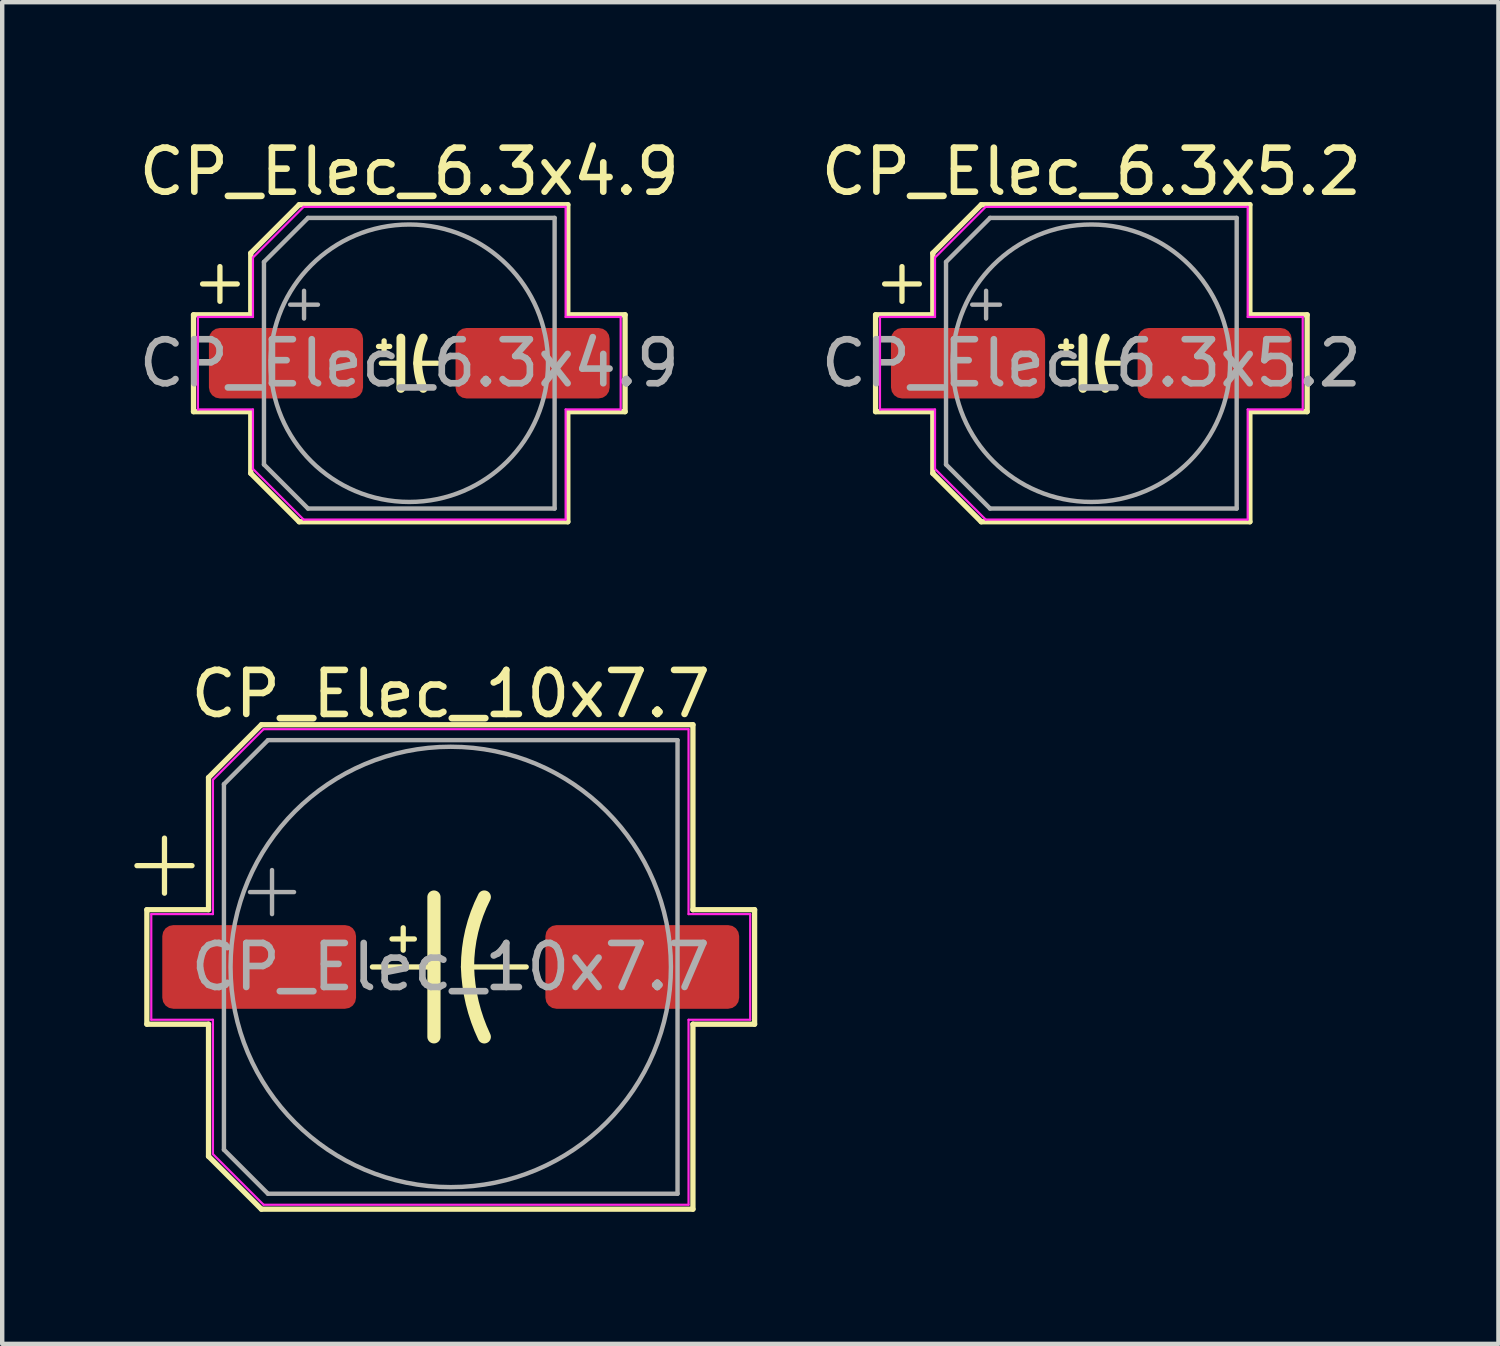
<source format=kicad_pcb>
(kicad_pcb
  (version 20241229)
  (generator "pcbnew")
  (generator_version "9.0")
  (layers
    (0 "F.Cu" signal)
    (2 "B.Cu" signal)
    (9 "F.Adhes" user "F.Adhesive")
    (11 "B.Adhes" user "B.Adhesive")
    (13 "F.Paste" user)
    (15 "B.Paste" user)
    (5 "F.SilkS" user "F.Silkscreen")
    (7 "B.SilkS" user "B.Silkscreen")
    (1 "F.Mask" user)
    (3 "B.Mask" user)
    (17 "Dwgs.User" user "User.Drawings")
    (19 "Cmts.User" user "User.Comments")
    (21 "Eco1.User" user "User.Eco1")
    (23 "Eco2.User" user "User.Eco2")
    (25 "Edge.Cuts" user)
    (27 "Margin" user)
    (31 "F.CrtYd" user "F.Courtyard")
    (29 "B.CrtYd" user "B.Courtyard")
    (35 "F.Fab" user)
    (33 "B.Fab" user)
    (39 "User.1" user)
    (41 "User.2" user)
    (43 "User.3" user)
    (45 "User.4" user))
  (footprint "CP_Elec_10x7.7"
    (layer "F.Cu")
    (at 7.185 18.907)
    (property "Reference" "CP_Elec_10x7.7" (at 0 -6.2 0) (layer "F.SilkS") (effects (font (size 1 1) (thickness 0.15))))
    (attr smd)
    (fp_line (start -7.125 -2.3) (end -5.875 -2.3) (stroke (width 0.12) (type solid)) (layer "F.SilkS"))
    (fp_line (start -6.9 -1.3) (end -6.9 1.3) (stroke (width 0.12) (type solid)) (layer "F.SilkS"))
    (fp_line (start -6.9 1.3) (end -5.5 1.3) (stroke (width 0.12) (type solid)) (layer "F.SilkS"))
    (fp_line (start -6.5 -2.925) (end -6.5 -1.675) (stroke (width 0.12) (type solid)) (layer "F.SilkS"))
    (fp_line (start -5.5 -4.3) (end -5.5 -1.3) (stroke (width 0.12) (type solid)) (layer "F.SilkS"))
    (fp_line (start -5.5 -1.3) (end -6.9 -1.3) (stroke (width 0.12) (type solid)) (layer "F.SilkS"))
    (fp_line (start -5.5 1.3) (end -5.5 4.3) (stroke (width 0.12) (type solid)) (layer "F.SilkS"))
    (fp_line (start -5.5 4.3) (end -4.3 5.5) (stroke (width 0.12) (type solid)) (layer "F.SilkS"))
    (fp_line (start -4.3 -5.5) (end -5.5 -4.3) (stroke (width 0.12) (type solid)) (layer "F.SilkS"))
    (fp_line (start -4.3 5.5) (end 5.5 5.5) (stroke (width 0.12) (type solid)) (layer "F.SilkS"))
    (fp_line (start -1.778 0) (end -0.381 0) (stroke (width 0.12) (type solid)) (layer "F.SilkS"))
    (fp_line (start -1.079 -0.381) (end -1.079 -0.889) (stroke (width 0.12) (type solid)) (layer "F.SilkS"))
    (fp_line (start -0.826 -0.635) (end -1.333 -0.635) (stroke (width 0.12) (type solid)) (layer "F.SilkS"))
    (fp_line (start -0.381 -1.587) (end -0.381 1.587) (stroke (width 0.3) (type solid)) (layer "F.SilkS"))
    (fp_line (start 1.714 0) (end 0.381 0) (stroke (width 0.12) (type solid)) (layer "F.SilkS"))
    (fp_line (start 5.5 -5.5) (end -4.3 -5.5) (stroke (width 0.12) (type solid)) (layer "F.SilkS"))
    (fp_line (start 5.5 -1.3) (end 5.5 -5.5) (stroke (width 0.12) (type solid)) (layer "F.SilkS"))
    (fp_line (start 5.5 1.3) (end 6.9 1.3) (stroke (width 0.12) (type solid)) (layer "F.SilkS"))
    (fp_line (start 5.5 5.5) (end 5.5 1.3) (stroke (width 0.12) (type solid)) (layer "F.SilkS"))
    (fp_line (start 6.9 -1.3) (end 5.5 -1.3) (stroke (width 0.12) (type solid)) (layer "F.SilkS"))
    (fp_line (start 6.9 1.3) (end 6.9 -1.3) (stroke (width 0.12) (type solid)) (layer "F.SilkS"))
    (fp_arc (start 0.381 0) (mid 0.477553 -0.816297) (end 0.762 -1.5875) (stroke (width 0.3) (type solid)) (layer "F.SilkS"))
    (fp_arc (start 0.762 1.5875) (mid 0.488774 0.813604) (end 0.381 0) (stroke (width 0.3) (type solid)) (layer "F.SilkS"))
    (fp_line (start -6.8 -1.2) (end -6.8 1.2) (stroke (width 0.05) (type solid)) (layer "F.CrtYd"))
    (fp_line (start -6.8 1.2) (end -5.4 1.2) (stroke (width 0.05) (type solid)) (layer "F.CrtYd"))
    (fp_line (start -5.4 -4.25) (end -5.4 -1.2) (stroke (width 0.05) (type solid)) (layer "F.CrtYd"))
    (fp_line (start -5.4 -4.25) (end -4.25 -5.4) (stroke (width 0.05) (type solid)) (layer "F.CrtYd"))
    (fp_line (start -5.4 -1.2) (end -6.8 -1.2) (stroke (width 0.05) (type solid)) (layer "F.CrtYd"))
    (fp_line (start -5.4 1.2) (end -5.4 4.25) (stroke (width 0.05) (type solid)) (layer "F.CrtYd"))
    (fp_line (start -5.4 4.25) (end -4.25 5.4) (stroke (width 0.05) (type solid)) (layer "F.CrtYd"))
    (fp_line (start -4.25 -5.4) (end 5.4 -5.4) (stroke (width 0.05) (type solid)) (layer "F.CrtYd"))
    (fp_line (start -4.25 5.4) (end 5.4 5.4) (stroke (width 0.05) (type solid)) (layer "F.CrtYd"))
    (fp_line (start 5.4 -5.4) (end 5.4 -1.2) (stroke (width 0.05) (type solid)) (layer "F.CrtYd"))
    (fp_line (start 5.4 -1.2) (end 6.8 -1.2) (stroke (width 0.05) (type solid)) (layer "F.CrtYd"))
    (fp_line (start 5.4 1.2) (end 5.4 5.4) (stroke (width 0.05) (type solid)) (layer "F.CrtYd"))
    (fp_line (start 6.8 -1.2) (end 6.8 1.2) (stroke (width 0.05) (type solid)) (layer "F.CrtYd"))
    (fp_line (start 6.8 1.2) (end 5.4 1.2) (stroke (width 0.05) (type solid)) (layer "F.CrtYd"))
    (fp_line (start -5.15 -4.15) (end -5.15 4.15) (stroke (width 0.1) (type solid)) (layer "F.Fab"))
    (fp_line (start -5.15 -4.15) (end -4.15 -5.15) (stroke (width 0.1) (type solid)) (layer "F.Fab"))
    (fp_line (start -5.15 4.15) (end -4.15 5.15) (stroke (width 0.1) (type solid)) (layer "F.Fab"))
    (fp_line (start -4.558 -1.7) (end -3.558 -1.7) (stroke (width 0.1) (type solid)) (layer "F.Fab"))
    (fp_line (start -4.15 -5.15) (end 5.15 -5.15) (stroke (width 0.1) (type solid)) (layer "F.Fab"))
    (fp_line (start -4.15 5.15) (end 5.15 5.15) (stroke (width 0.1) (type solid)) (layer "F.Fab"))
    (fp_line (start -4.058 -2.2) (end -4.058 -1.2) (stroke (width 0.1) (type solid)) (layer "F.Fab"))
    (fp_line (start 5.15 -5.15) (end 5.15 5.15) (stroke (width 0.1) (type solid)) (layer "F.Fab"))
    (fp_circle (center 0 0) (end 5 0) (stroke (width 0.1) (type solid)) (fill no) (layer "F.Fab"))
    (fp_text user "${REFERENCE}" (at 0 0 0) (layer "F.Fab") (effects (font (size 1 1) (thickness 0.15))))
    (pad "1" smd roundrect (at -4.35 0) (size 4.4 1.9) (layers "F.Cu" "F.Mask" "F.Paste") (roundrect_rratio 0.132))
    (pad "2" smd roundrect (at 4.35 0) (size 4.4 1.9) (layers "F.Cu" "F.Mask" "F.Paste") (roundrect_rratio 0.132)))
  (footprint "CP_Elec_6.3x5.2"
    (layer "F.Cu")
    (at 21.732 5.198)
    (property "Reference" "CP_Elec_6.3x5.2" (at 0 -4.35 0) (layer "F.SilkS") (effects (font (size 1 1) (thickness 0.15))))
    (attr smd)
    (fp_line (start -4.9 -1.1) (end -4.9 1.1) (stroke (width 0.12) (type solid)) (layer "F.SilkS"))
    (fp_line (start -4.9 1.1) (end -3.6 1.1) (stroke (width 0.12) (type solid)) (layer "F.SilkS"))
    (fp_line (start -4.694 -1.8) (end -3.906 -1.8) (stroke (width 0.12) (type solid)) (layer "F.SilkS"))
    (fp_line (start -4.3 -2.194) (end -4.3 -1.406) (stroke (width 0.12) (type solid)) (layer "F.SilkS"))
    (fp_line (start -3.6 -1.1) (end -4.9 -1.1) (stroke (width 0.12) (type solid)) (layer "F.SilkS"))
    (fp_line (start -3.6 -1.1) (end -3.6 -2.5) (stroke (width 0.12) (type solid)) (layer "F.SilkS"))
    (fp_line (start -3.6 1.1) (end -3.6 2.5) (stroke (width 0.12) (type solid)) (layer "F.SilkS"))
    (fp_line (start -3.6 2.5) (end -2.5 3.6) (stroke (width 0.12) (type solid)) (layer "F.SilkS"))
    (fp_line (start -2.5 -3.6) (end -3.6 -2.5) (stroke (width 0.12) (type solid)) (layer "F.SilkS"))
    (fp_line (start -2.5 3.6) (end 3.6 3.6) (stroke (width 0.12) (type solid)) (layer "F.SilkS"))
    (fp_line (start -0.699 -0.381) (end -0.445 -0.381) (stroke (width 0.12) (type solid)) (layer "F.SilkS"))
    (fp_line (start -0.635 0) (end -0.191 0) (stroke (width 0.12) (type solid)) (layer "F.SilkS"))
    (fp_line (start -0.572 -0.508) (end -0.572 -0.254) (stroke (width 0.12) (type solid)) (layer "F.SilkS"))
    (fp_line (start -0.191 -0.572) (end -0.191 0.572) (stroke (width 0.2) (type solid)) (layer "F.SilkS"))
    (fp_line (start 0.635 0) (end 0.191 0) (stroke (width 0.12) (type solid)) (layer "F.SilkS"))
    (fp_line (start 3.6 -3.6) (end -2.5 -3.6) (stroke (width 0.12) (type solid)) (layer "F.SilkS"))
    (fp_line (start 3.6 -1.1) (end 3.6 -3.6) (stroke (width 0.12) (type solid)) (layer "F.SilkS"))
    (fp_line (start 3.6 1.1) (end 4.9 1.1) (stroke (width 0.12) (type solid)) (layer "F.SilkS"))
    (fp_line (start 3.6 3.6) (end 3.6 1.1) (stroke (width 0.12) (type solid)) (layer "F.SilkS"))
    (fp_line (start 4.9 -1.1) (end 3.6 -1.1) (stroke (width 0.12) (type solid)) (layer "F.SilkS"))
    (fp_line (start 4.9 1.1) (end 4.9 -1.1) (stroke (width 0.12) (type solid)) (layer "F.SilkS"))
    (fp_arc (start 0.1905 0) (mid 0.222579 -0.292732) (end 0.3175 -0.5715) (stroke (width 0.2) (type solid)) (layer "F.SilkS"))
    (fp_arc (start 0.3175 0.5715) (mid 0.226611 0.291836) (end 0.1905 0) (stroke (width 0.2) (type solid)) (layer "F.SilkS"))
    (fp_line (start -4.8 -1.05) (end -4.8 1.05) (stroke (width 0.05) (type solid)) (layer "F.CrtYd"))
    (fp_line (start -4.8 1.05) (end -3.55 1.05) (stroke (width 0.05) (type solid)) (layer "F.CrtYd"))
    (fp_line (start -3.55 -2.4) (end -3.55 -1.05) (stroke (width 0.05) (type solid)) (layer "F.CrtYd"))
    (fp_line (start -3.55 -2.4) (end -2.4 -3.55) (stroke (width 0.05) (type solid)) (layer "F.CrtYd"))
    (fp_line (start -3.55 -1.05) (end -4.8 -1.05) (stroke (width 0.05) (type solid)) (layer "F.CrtYd"))
    (fp_line (start -3.55 1.05) (end -3.55 2.4) (stroke (width 0.05) (type solid)) (layer "F.CrtYd"))
    (fp_line (start -3.55 2.4) (end -2.4 3.55) (stroke (width 0.05) (type solid)) (layer "F.CrtYd"))
    (fp_line (start -2.4 -3.55) (end 3.55 -3.55) (stroke (width 0.05) (type solid)) (layer "F.CrtYd"))
    (fp_line (start -2.4 3.55) (end 3.55 3.55) (stroke (width 0.05) (type solid)) (layer "F.CrtYd"))
    (fp_line (start 3.55 -3.55) (end 3.55 -1.05) (stroke (width 0.05) (type solid)) (layer "F.CrtYd"))
    (fp_line (start 3.55 -1.05) (end 4.8 -1.05) (stroke (width 0.05) (type solid)) (layer "F.CrtYd"))
    (fp_line (start 3.55 1.05) (end 3.55 3.55) (stroke (width 0.05) (type solid)) (layer "F.CrtYd"))
    (fp_line (start 4.8 -1.05) (end 4.8 1.05) (stroke (width 0.05) (type solid)) (layer "F.CrtYd"))
    (fp_line (start 4.8 1.05) (end 3.55 1.05) (stroke (width 0.05) (type solid)) (layer "F.CrtYd"))
    (fp_line (start -3.3 -2.3) (end -3.3 2.3) (stroke (width 0.1) (type solid)) (layer "F.Fab"))
    (fp_line (start -3.3 -2.3) (end -2.3 -3.3) (stroke (width 0.1) (type solid)) (layer "F.Fab"))
    (fp_line (start -3.3 2.3) (end -2.3 3.3) (stroke (width 0.1) (type solid)) (layer "F.Fab"))
    (fp_line (start -2.705 -1.33) (end -2.075 -1.33) (stroke (width 0.1) (type solid)) (layer "F.Fab"))
    (fp_line (start -2.39 -1.645) (end -2.39 -1.015) (stroke (width 0.1) (type solid)) (layer "F.Fab"))
    (fp_line (start -2.3 -3.3) (end 3.3 -3.3) (stroke (width 0.1) (type solid)) (layer "F.Fab"))
    (fp_line (start -2.3 3.3) (end 3.3 3.3) (stroke (width 0.1) (type solid)) (layer "F.Fab"))
    (fp_line (start 3.3 -3.3) (end 3.3 3.3) (stroke (width 0.1) (type solid)) (layer "F.Fab"))
    (fp_circle (center 0 0) (end 3.15 0) (stroke (width 0.1) (type solid)) (fill no) (layer "F.Fab"))
    (fp_text user "${REFERENCE}" (at 0 0 0) (layer "F.Fab") (effects (font (size 1 1) (thickness 0.15))))
    (pad "1" smd roundrect (at -2.8 0) (size 3.5 1.6) (layers "F.Cu" "F.Mask" "F.Paste") (roundrect_rratio 0.156))
    (pad "2" smd roundrect (at 2.8 0) (size 3.5 1.6) (layers "F.Cu" "F.Mask" "F.Paste") (roundrect_rratio 0.156)))
  (footprint "CP_Elec_6.3x4.9"
    (layer "F.Cu")
    (at 6.244 5.198)
    (property "Reference" "CP_Elec_6.3x4.9" (at 0 -4.35 0) (layer "F.SilkS") (effects (font (size 1 1) (thickness 0.15))))
    (attr smd)
    (fp_line (start -4.9 -1.1) (end -3.6 -1.1) (stroke (width 0.12) (type solid)) (layer "F.SilkS"))
    (fp_line (start -4.9 1.1) (end -4.9 -1.1) (stroke (width 0.12) (type solid)) (layer "F.SilkS"))
    (fp_line (start -4.694 -1.8) (end -3.906 -1.8) (stroke (width 0.12) (type solid)) (layer "F.SilkS"))
    (fp_line (start -4.3 -2.194) (end -4.3 -1.406) (stroke (width 0.12) (type solid)) (layer "F.SilkS"))
    (fp_line (start -3.6 -2.5) (end -2.5 -3.6) (stroke (width 0.12) (type solid)) (layer "F.SilkS"))
    (fp_line (start -3.6 -1.1) (end -3.6 -2.5) (stroke (width 0.12) (type solid)) (layer "F.SilkS"))
    (fp_line (start -3.6 1.1) (end -4.9 1.1) (stroke (width 0.12) (type solid)) (layer "F.SilkS"))
    (fp_line (start -3.6 2.5) (end -3.6 1.1) (stroke (width 0.12) (type solid)) (layer "F.SilkS"))
    (fp_line (start -2.5 -3.6) (end 3.6 -3.6) (stroke (width 0.12) (type solid)) (layer "F.SilkS"))
    (fp_line (start -2.5 3.6) (end -3.6 2.5) (stroke (width 0.12) (type solid)) (layer "F.SilkS"))
    (fp_line (start -0.699 -0.381) (end -0.445 -0.381) (stroke (width 0.12) (type solid)) (layer "F.SilkS"))
    (fp_line (start -0.635 0) (end -0.191 0) (stroke (width 0.12) (type solid)) (layer "F.SilkS"))
    (fp_line (start -0.572 -0.508) (end -0.572 -0.254) (stroke (width 0.12) (type solid)) (layer "F.SilkS"))
    (fp_line (start -0.191 -0.572) (end -0.191 0.572) (stroke (width 0.2) (type solid)) (layer "F.SilkS"))
    (fp_line (start 0.635 0) (end 0.191 0) (stroke (width 0.12) (type solid)) (layer "F.SilkS"))
    (fp_line (start 3.6 -3.6) (end 3.6 -1.1) (stroke (width 0.12) (type solid)) (layer "F.SilkS"))
    (fp_line (start 3.6 -1.1) (end 4.9 -1.1) (stroke (width 0.12) (type solid)) (layer "F.SilkS"))
    (fp_line (start 3.6 1.1) (end 3.6 3.6) (stroke (width 0.12) (type solid)) (layer "F.SilkS"))
    (fp_line (start 3.6 3.6) (end -2.5 3.6) (stroke (width 0.12) (type solid)) (layer "F.SilkS"))
    (fp_line (start 4.9 -1.1) (end 4.9 1.1) (stroke (width 0.12) (type solid)) (layer "F.SilkS"))
    (fp_line (start 4.9 1.1) (end 3.6 1.1) (stroke (width 0.12) (type solid)) (layer "F.SilkS"))
    (fp_arc (start 0.1905 0) (mid 0.222579 -0.292732) (end 0.3175 -0.5715) (stroke (width 0.2) (type solid)) (layer "F.SilkS"))
    (fp_arc (start 0.3175 0.5715) (mid 0.226611 0.291836) (end 0.1905 0) (stroke (width 0.2) (type solid)) (layer "F.SilkS"))
    (fp_line (start -4.8 -1.05) (end -4.8 1.05) (stroke (width 0.05) (type solid)) (layer "F.CrtYd"))
    (fp_line (start -4.8 1.05) (end -3.55 1.05) (stroke (width 0.05) (type solid)) (layer "F.CrtYd"))
    (fp_line (start -3.55 -2.4) (end -3.55 -1.05) (stroke (width 0.05) (type solid)) (layer "F.CrtYd"))
    (fp_line (start -3.55 -2.4) (end -2.4 -3.55) (stroke (width 0.05) (type solid)) (layer "F.CrtYd"))
    (fp_line (start -3.55 -1.05) (end -4.8 -1.05) (stroke (width 0.05) (type solid)) (layer "F.CrtYd"))
    (fp_line (start -3.55 1.05) (end -3.55 2.4) (stroke (width 0.05) (type solid)) (layer "F.CrtYd"))
    (fp_line (start -3.55 2.4) (end -2.4 3.55) (stroke (width 0.05) (type solid)) (layer "F.CrtYd"))
    (fp_line (start -2.4 -3.55) (end 3.55 -3.55) (stroke (width 0.05) (type solid)) (layer "F.CrtYd"))
    (fp_line (start -2.4 3.55) (end 3.55 3.55) (stroke (width 0.05) (type solid)) (layer "F.CrtYd"))
    (fp_line (start 3.55 -3.55) (end 3.55 -1.05) (stroke (width 0.05) (type solid)) (layer "F.CrtYd"))
    (fp_line (start 3.55 -1.05) (end 4.8 -1.05) (stroke (width 0.05) (type solid)) (layer "F.CrtYd"))
    (fp_line (start 3.55 1.05) (end 3.55 3.55) (stroke (width 0.05) (type solid)) (layer "F.CrtYd"))
    (fp_line (start 4.8 -1.05) (end 4.8 1.05) (stroke (width 0.05) (type solid)) (layer "F.CrtYd"))
    (fp_line (start 4.8 1.05) (end 3.55 1.05) (stroke (width 0.05) (type solid)) (layer "F.CrtYd"))
    (fp_line (start -3.3 -2.3) (end -3.3 2.3) (stroke (width 0.1) (type solid)) (layer "F.Fab"))
    (fp_line (start -3.3 -2.3) (end -2.3 -3.3) (stroke (width 0.1) (type solid)) (layer "F.Fab"))
    (fp_line (start -3.3 2.3) (end -2.3 3.3) (stroke (width 0.1) (type solid)) (layer "F.Fab"))
    (fp_line (start -2.705 -1.33) (end -2.075 -1.33) (stroke (width 0.1) (type solid)) (layer "F.Fab"))
    (fp_line (start -2.39 -1.645) (end -2.39 -1.015) (stroke (width 0.1) (type solid)) (layer "F.Fab"))
    (fp_line (start -2.3 -3.3) (end 3.3 -3.3) (stroke (width 0.1) (type solid)) (layer "F.Fab"))
    (fp_line (start -2.3 3.3) (end 3.3 3.3) (stroke (width 0.1) (type solid)) (layer "F.Fab"))
    (fp_line (start 3.3 -3.3) (end 3.3 3.3) (stroke (width 0.1) (type solid)) (layer "F.Fab"))
    (fp_circle (center 0 0) (end 3.15 0) (stroke (width 0.1) (type solid)) (fill no) (layer "F.Fab"))
    (fp_text user "${REFERENCE}" (at 0 0 0) (layer "F.Fab") (effects (font (size 1 1) (thickness 0.15))))
    (pad "1" smd roundrect (at -2.8 0) (size 3.5 1.6) (layers "F.Cu" "F.Mask" "F.Paste") (roundrect_rratio 0.156))
    (pad "2" smd roundrect (at 2.8 0) (size 3.5 1.6) (layers "F.Cu" "F.Mask" "F.Paste") (roundrect_rratio 0.156)))
  (gr_rect
    (start -3 -3)
    (end 30.976 27.466)
    (stroke (width 0.1) (type default))
    (fill no)
    (layer "Edge.Cuts")))
</source>
